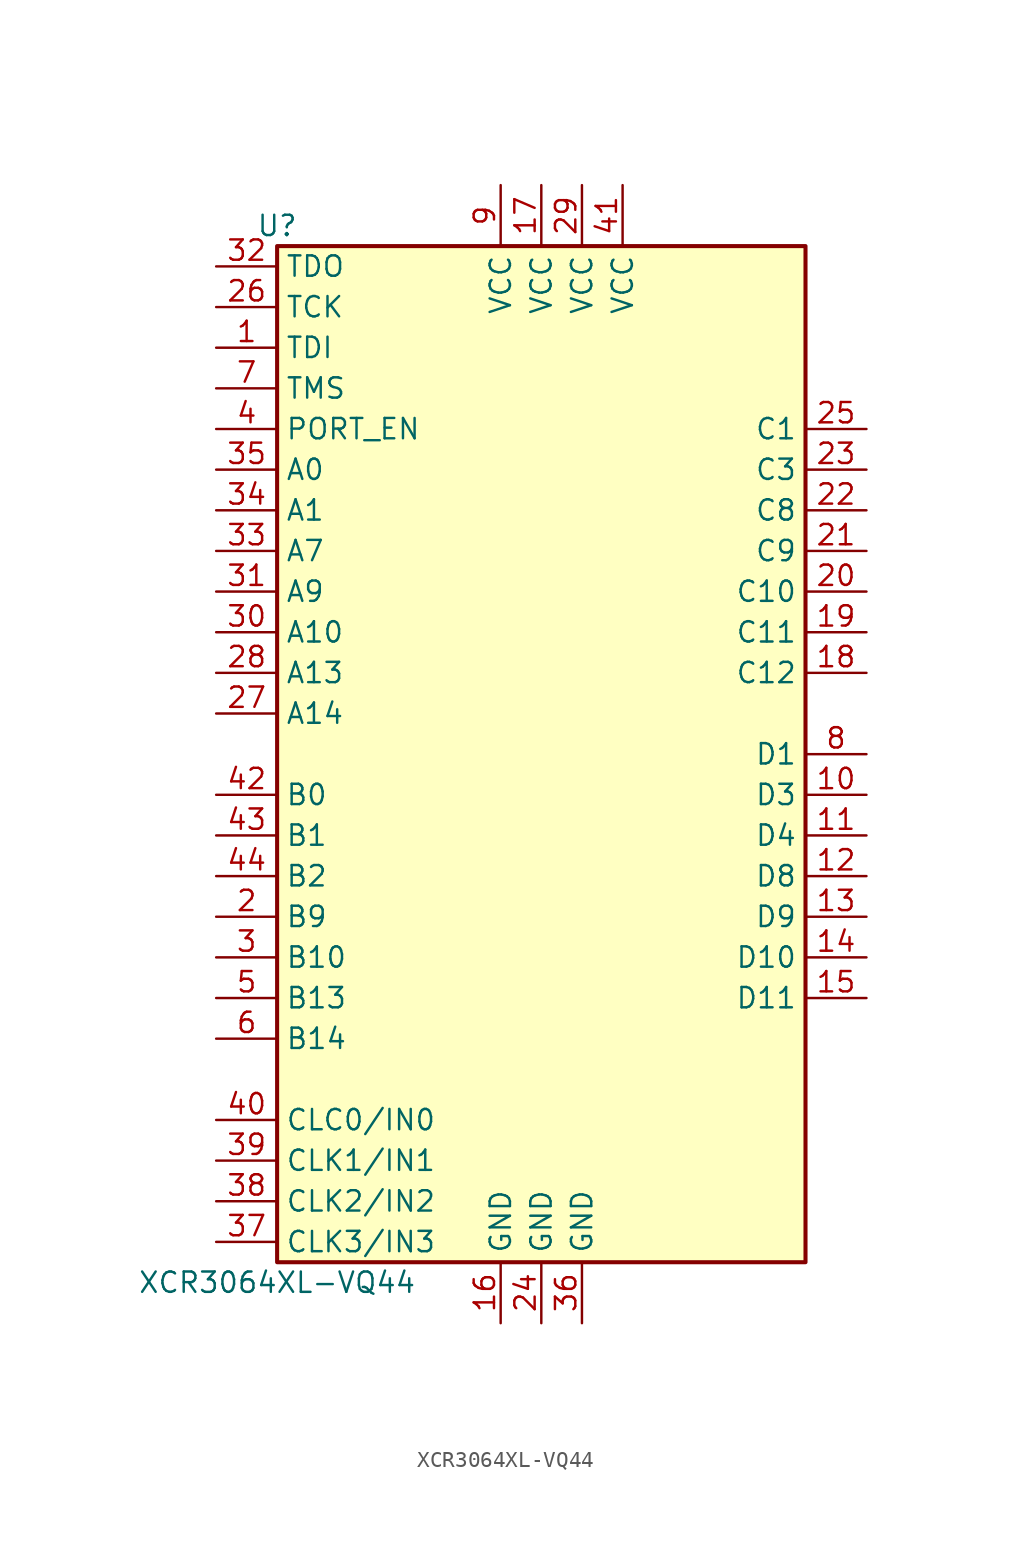
<source format=kicad_sym>
(kicad_symbol_lib
  (version 20201005)
  (generator kicad_symbol_editor)
  (symbol "XCR3064XL-VQ44"
    (property "Reference" "U"
      (at -16.51 33.02 0)
      (effects (font (size 1.27 1.27))))
    (property "Value" "XCR3064XL-VQ44"
      (at -16.51 -33.02 0)
      (effects (font (size 1.27 1.27))))
    (symbol "XCR3064XL-VQ44_1_1"
      (rectangle (start -16.51 31.75) (end 16.51 -31.75) (stroke (width 0.254)) (fill (type background)))
      (pin passive line (at -20.32 25.4 0) (length 3.81) (name "TDI" (effects (font (size 1.27 1.27)))) (number "1" (effects (font (size 1.27 1.27)))))
      (pin passive line (at 20.32 -2.54 180) (length 3.81) (name "D3" (effects (font (size 1.27 1.27)))) (number "10" (effects (font (size 1.27 1.27)))))
      (pin passive line (at 20.32 -5.08 180) (length 3.81) (name "D4" (effects (font (size 1.27 1.27)))) (number "11" (effects (font (size 1.27 1.27)))))
      (pin passive line (at 20.32 -7.62 180) (length 3.81) (name "D8" (effects (font (size 1.27 1.27)))) (number "12" (effects (font (size 1.27 1.27)))))
      (pin passive line (at 20.32 -10.16 180) (length 3.81) (name "D9" (effects (font (size 1.27 1.27)))) (number "13" (effects (font (size 1.27 1.27)))))
      (pin passive line (at 20.32 -12.7 180) (length 3.81) (name "D10" (effects (font (size 1.27 1.27)))) (number "14" (effects (font (size 1.27 1.27)))))
      (pin passive line (at 20.32 -15.24 180) (length 3.81) (name "D11" (effects (font (size 1.27 1.27)))) (number "15" (effects (font (size 1.27 1.27)))))
      (pin power_in line (at -2.54 -35.56 90) (length 3.81) (name "GND" (effects (font (size 1.27 1.27)))) (number "16" (effects (font (size 1.27 1.27)))))
      (pin power_in line (at 0 35.56 270) (length 3.81) (name "VCC" (effects (font (size 1.27 1.27)))) (number "17" (effects (font (size 1.27 1.27)))))
      (pin passive line (at 20.32 5.08 180) (length 3.81) (name "C12" (effects (font (size 1.27 1.27)))) (number "18" (effects (font (size 1.27 1.27)))))
      (pin passive line (at 20.32 7.62 180) (length 3.81) (name "C11" (effects (font (size 1.27 1.27)))) (number "19" (effects (font (size 1.27 1.27)))))
      (pin passive line (at -20.32 -10.16 0) (length 3.81) (name "B9" (effects (font (size 1.27 1.27)))) (number "2" (effects (font (size 1.27 1.27)))))
      (pin passive line (at 20.32 10.16 180) (length 3.81) (name "C10" (effects (font (size 1.27 1.27)))) (number "20" (effects (font (size 1.27 1.27)))))
      (pin passive line (at 20.32 12.7 180) (length 3.81) (name "C9" (effects (font (size 1.27 1.27)))) (number "21" (effects (font (size 1.27 1.27)))))
      (pin passive line (at 20.32 15.24 180) (length 3.81) (name "C8" (effects (font (size 1.27 1.27)))) (number "22" (effects (font (size 1.27 1.27)))))
      (pin passive line (at 20.32 17.78 180) (length 3.81) (name "C3" (effects (font (size 1.27 1.27)))) (number "23" (effects (font (size 1.27 1.27)))))
      (pin power_in line (at 0 -35.56 90) (length 3.81) (name "GND" (effects (font (size 1.27 1.27)))) (number "24" (effects (font (size 1.27 1.27)))))
      (pin passive line (at 20.32 20.32 180) (length 3.81) (name "C1" (effects (font (size 1.27 1.27)))) (number "25" (effects (font (size 1.27 1.27)))))
      (pin passive line (at -20.32 27.94 0) (length 3.81) (name "TCK" (effects (font (size 1.27 1.27)))) (number "26" (effects (font (size 1.27 1.27)))))
      (pin passive line (at -20.32 2.54 0) (length 3.81) (name "A14" (effects (font (size 1.27 1.27)))) (number "27" (effects (font (size 1.27 1.27)))))
      (pin passive line (at -20.32 5.08 0) (length 3.81) (name "A13" (effects (font (size 1.27 1.27)))) (number "28" (effects (font (size 1.27 1.27)))))
      (pin power_in line (at 2.54 35.56 270) (length 3.81) (name "VCC" (effects (font (size 1.27 1.27)))) (number "29" (effects (font (size 1.27 1.27)))))
      (pin passive line (at -20.32 -12.7 0) (length 3.81) (name "B10" (effects (font (size 1.27 1.27)))) (number "3" (effects (font (size 1.27 1.27)))))
      (pin passive line (at -20.32 7.62 0) (length 3.81) (name "A10" (effects (font (size 1.27 1.27)))) (number "30" (effects (font (size 1.27 1.27)))))
      (pin passive line (at -20.32 10.16 0) (length 3.81) (name "A9" (effects (font (size 1.27 1.27)))) (number "31" (effects (font (size 1.27 1.27)))))
      (pin passive line (at -20.32 30.48 0) (length 3.81) (name "TDO" (effects (font (size 1.27 1.27)))) (number "32" (effects (font (size 1.27 1.27)))))
      (pin passive line (at -20.32 12.7 0) (length 3.81) (name "A7" (effects (font (size 1.27 1.27)))) (number "33" (effects (font (size 1.27 1.27)))))
      (pin passive line (at -20.32 15.24 0) (length 3.81) (name "A1" (effects (font (size 1.27 1.27)))) (number "34" (effects (font (size 1.27 1.27)))))
      (pin passive line (at -20.32 17.78 0) (length 3.81) (name "A0" (effects (font (size 1.27 1.27)))) (number "35" (effects (font (size 1.27 1.27)))))
      (pin power_in line (at 2.54 -35.56 90) (length 3.81) (name "GND" (effects (font (size 1.27 1.27)))) (number "36" (effects (font (size 1.27 1.27)))))
      (pin input line (at -20.32 -30.48 0) (length 3.81) (name "CLK3/IN3" (effects (font (size 1.27 1.27)))) (number "37" (effects (font (size 1.27 1.27)))))
      (pin input line (at -20.32 -27.94 0) (length 3.81) (name "CLK2/IN2" (effects (font (size 1.27 1.27)))) (number "38" (effects (font (size 1.27 1.27)))))
      (pin input line (at -20.32 -25.4 0) (length 3.81) (name "CLK1/IN1" (effects (font (size 1.27 1.27)))) (number "39" (effects (font (size 1.27 1.27)))))
      (pin passive line (at -20.32 20.32 0) (length 3.81) (name "PORT_EN" (effects (font (size 1.27 1.27)))) (number "4" (effects (font (size 1.27 1.27)))))
      (pin input line (at -20.32 -22.86 0) (length 3.81) (name "CLC0/IN0" (effects (font (size 1.27 1.27)))) (number "40" (effects (font (size 1.27 1.27)))))
      (pin power_in line (at 5.08 35.56 270) (length 3.81) (name "VCC" (effects (font (size 1.27 1.27)))) (number "41" (effects (font (size 1.27 1.27)))))
      (pin passive line (at -20.32 -2.54 0) (length 3.81) (name "B0" (effects (font (size 1.27 1.27)))) (number "42" (effects (font (size 1.27 1.27)))))
      (pin passive line (at -20.32 -5.08 0) (length 3.81) (name "B1" (effects (font (size 1.27 1.27)))) (number "43" (effects (font (size 1.27 1.27)))))
      (pin passive line (at -20.32 -7.62 0) (length 3.81) (name "B2" (effects (font (size 1.27 1.27)))) (number "44" (effects (font (size 1.27 1.27)))))
      (pin passive line (at -20.32 -15.24 0) (length 3.81) (name "B13" (effects (font (size 1.27 1.27)))) (number "5" (effects (font (size 1.27 1.27)))))
      (pin passive line (at -20.32 -17.78 0) (length 3.81) (name "B14" (effects (font (size 1.27 1.27)))) (number "6" (effects (font (size 1.27 1.27)))))
      (pin passive line (at -20.32 22.86 0) (length 3.81) (name "TMS" (effects (font (size 1.27 1.27)))) (number "7" (effects (font (size 1.27 1.27)))))
      (pin passive line (at 20.32 0 180) (length 3.81) (name "D1" (effects (font (size 1.27 1.27)))) (number "8" (effects (font (size 1.27 1.27)))))
      (pin power_in line (at -2.54 35.56 270) (length 3.81) (name "VCC" (effects (font (size 1.27 1.27)))) (number "9" (effects (font (size 1.27 1.27))))))))
</source>
